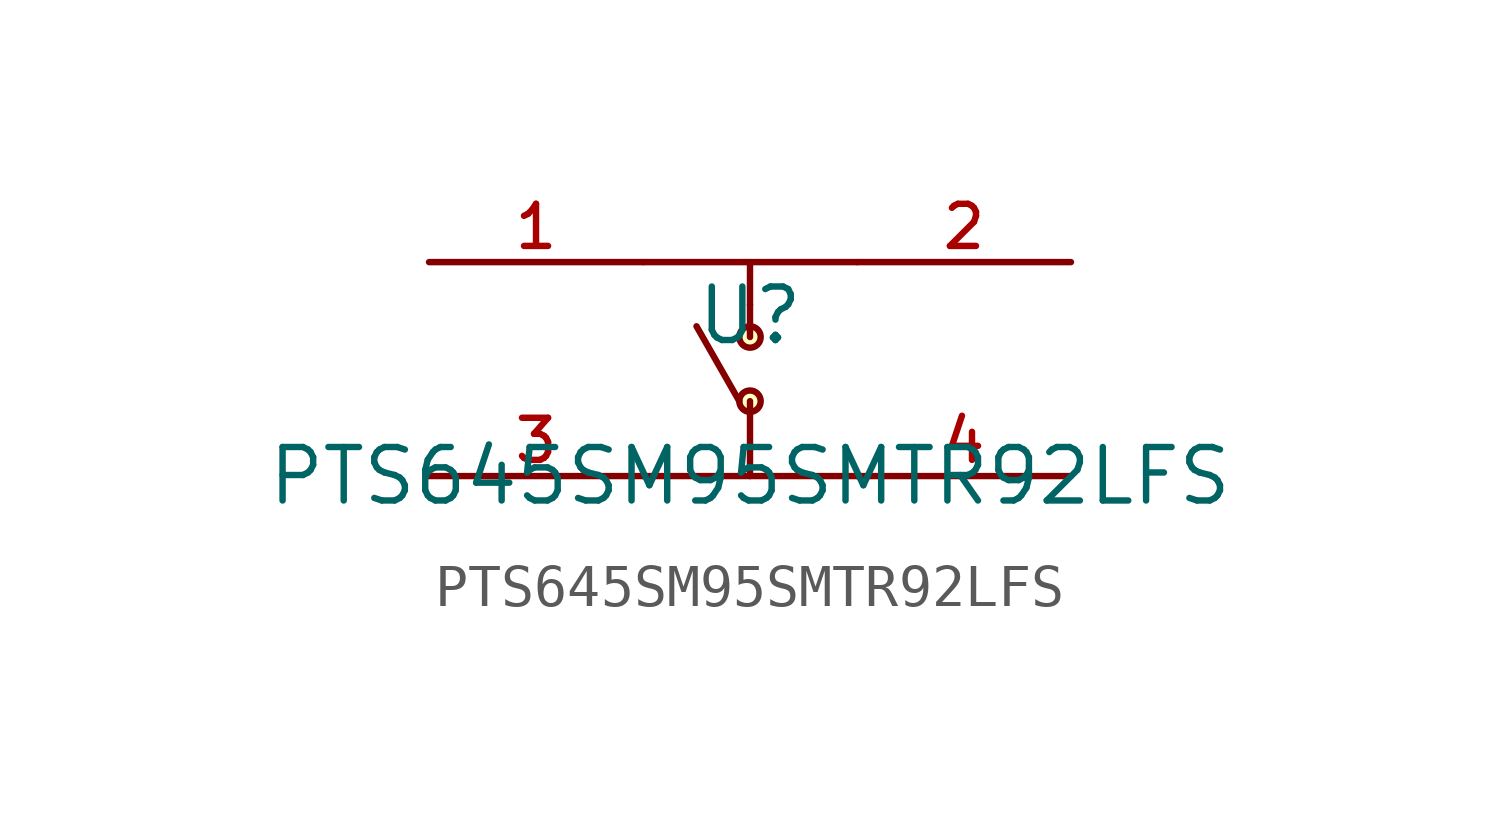
<source format=kicad_sym>
(kicad_symbol_lib
  (version 20210201)
  (generator TousstNicolas/JLC2KiCad_lib)
  (symbol "PTS645SM95SMTR92LFS"
    (pin_names hide)
    (property "Reference" "U"
      (at 0 1.27 0)
      (effects (font (size 1.27 1.27))))
    (property "Value" "PTS645SM95SMTR92LFS"
      (at 0 -2.54 0)
      (effects (font (size 1.27 1.27))))
    (symbol "PTS645SM95SMTR92LFS_0_1"
      (polyline (pts (xy -2.54 2.54) (xy 2.54 2.54)) (stroke (width 0) (type default) (color 0 0 0 0)) (fill (type none)))
      (polyline (pts (xy -2.54 -2.54) (xy 2.54 -2.54)) (stroke (width 0) (type default) (color 0 0 0 0)) (fill (type none)))
      (polyline (pts (xy 0.0 2.54) (xy 0.0 1.524)) (stroke (width 0) (type default) (color 0 0 0 0)) (fill (type none)))
      (polyline (pts (xy 0.0 -2.54) (xy 0.0 -0.762)) (stroke (width 0) (type default) (color 0 0 0 0)) (fill (type none)))
      (polyline (pts (xy 0.0 1.524) (xy 0.0 0.762)) (stroke (width 0) (type default) (color 0 0 0 0)) (fill (type none)))
      (polyline (pts (xy -1.27 1.016) (xy -0.254 -0.762)) (stroke (width 0) (type default) (color 0 0 0 0)) (fill (type none)))
      (pin unspecified line (at -7.62 2.54 0) (length 5.08) (name "1" (effects (font (size 1 1)))) (number "1" (effects (font (size 1 1)))))
      (pin unspecified line (at 7.62 2.54 180) (length 5.08) (name "2" (effects (font (size 1 1)))) (number "2" (effects (font (size 1 1)))))
      (pin unspecified line (at -7.62 -2.54 0) (length 5.08) (name "3" (effects (font (size 1 1)))) (number "3" (effects (font (size 1 1)))))
      (pin unspecified line (at 7.62 -2.54 180) (length 5.08) (name "4" (effects (font (size 1 1)))) (number "4" (effects (font (size 1 1)))))
      (circle (center 0.0 -0.762) (radius 0.254) (stroke (width 0) (type default) (color 0 0 0 0)) (fill (type background)))
      (circle (center 0.0 0.762) (radius 0.254) (stroke (width 0) (type default) (color 0 0 0 0)) (fill (type background))))))
</source>
